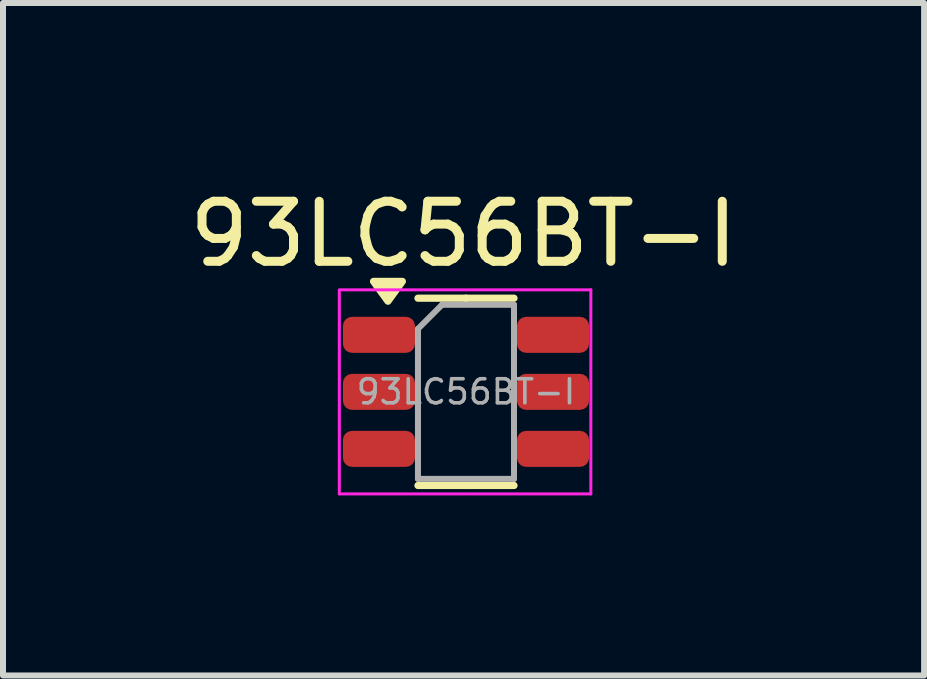
<source format=kicad_pcb>
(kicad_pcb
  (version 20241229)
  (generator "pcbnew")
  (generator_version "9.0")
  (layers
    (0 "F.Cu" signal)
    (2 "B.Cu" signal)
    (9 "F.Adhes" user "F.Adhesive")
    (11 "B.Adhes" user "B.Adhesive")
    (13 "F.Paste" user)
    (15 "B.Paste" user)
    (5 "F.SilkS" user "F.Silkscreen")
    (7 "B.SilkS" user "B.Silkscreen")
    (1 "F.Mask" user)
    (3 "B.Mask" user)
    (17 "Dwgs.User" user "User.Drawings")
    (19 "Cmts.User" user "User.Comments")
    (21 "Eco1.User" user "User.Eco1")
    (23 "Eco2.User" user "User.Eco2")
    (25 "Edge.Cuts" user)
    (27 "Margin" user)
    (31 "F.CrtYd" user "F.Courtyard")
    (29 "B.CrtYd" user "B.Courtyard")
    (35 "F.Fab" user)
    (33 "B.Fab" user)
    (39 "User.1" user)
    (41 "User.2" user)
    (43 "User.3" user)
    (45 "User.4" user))
  (footprint "93LC56BT-I"
    (layer "F.Cu")
    (at 4.713 3.478)
    (property "Reference" "93LC56BT-I" (at -0.04 -2.63 0) (layer "F.SilkS") (effects (font (size 1 1) (thickness 0.15))))
    (attr smd)
    (fp_line (start 0 -1.56) (end -0.8 -1.56) (stroke (width 0.12) (type solid)) (layer "F.SilkS"))
    (fp_line (start 0 -1.56) (end 0.8 -1.56) (stroke (width 0.12) (type solid)) (layer "F.SilkS"))
    (fp_line (start 0 1.56) (end -0.8 1.56) (stroke (width 0.12) (type solid)) (layer "F.SilkS"))
    (fp_line (start 0 1.56) (end 0.8 1.56) (stroke (width 0.12) (type solid)) (layer "F.SilkS"))
    (fp_poly (pts (xy -1.3 -1.51) (xy -1.54 -1.84) (xy -1.06 -1.84) (xy -1.3 -1.51)) (stroke (width 0.12) (type solid)) (fill yes) (layer "F.SilkS"))
    (fp_line (start -2.11 -1.69) (end -2.11 1.7) (stroke (width 0.05) (type solid)) (layer "F.CrtYd"))
    (fp_line (start -2.11 1.7) (end 2.08 1.7) (stroke (width 0.05) (type solid)) (layer "F.CrtYd"))
    (fp_line (start 2.08 -1.7) (end -2.11 -1.7) (stroke (width 0.05) (type solid)) (layer "F.CrtYd"))
    (fp_line (start 2.08 1.7) (end 2.08 -1.7) (stroke (width 0.05) (type solid)) (layer "F.CrtYd"))
    (fp_line (start -0.8 -1.05) (end -0.4 -1.45) (stroke (width 0.1) (type solid)) (layer "F.Fab"))
    (fp_line (start -0.8 1.45) (end -0.8 -1.05) (stroke (width 0.1) (type solid)) (layer "F.Fab"))
    (fp_line (start -0.4 -1.45) (end 0.8 -1.45) (stroke (width 0.1) (type solid)) (layer "F.Fab"))
    (fp_line (start 0.8 -1.45) (end 0.8 1.45) (stroke (width 0.1) (type solid)) (layer "F.Fab"))
    (fp_line (start 0.8 1.45) (end -0.8 1.45) (stroke (width 0.1) (type solid)) (layer "F.Fab"))
    (fp_text user "${REFERENCE}" (at 0 0 0) (layer "F.Fab") (effects (font (size 0.4 0.4) (thickness 0.06))))
    (pad "1" smd roundrect (at -1.45 -0.95) (size 1.2 0.6) (layers "F.Cu" "F.Mask" "F.Paste") (roundrect_rratio 0.25))
    (pad "2" smd roundrect (at -1.45 0) (size 1.2 0.6) (layers "F.Cu" "F.Mask" "F.Paste") (roundrect_rratio 0.25))
    (pad "3" smd roundrect (at -1.45 0.95) (size 1.2 0.6) (layers "F.Cu" "F.Mask" "F.Paste") (roundrect_rratio 0.25))
    (pad "4" smd roundrect (at 1.45 0.95) (size 1.2 0.6) (layers "F.Cu" "F.Mask" "F.Paste") (roundrect_rratio 0.25))
    (pad "5" smd roundrect (at 1.45 0) (size 1.2 0.6) (layers "F.Cu" "F.Mask" "F.Paste") (roundrect_rratio 0.25))
    (pad "6" smd roundrect (at 1.45 -0.95) (size 1.2 0.6) (layers "F.Cu" "F.Mask" "F.Paste") (roundrect_rratio 0.25)))
  (gr_rect
    (start -3 -3)
    (end 12.345 8.203)
    (stroke (width 0.1) (type default))
    (fill no)
    (layer "Edge.Cuts")))
</source>
